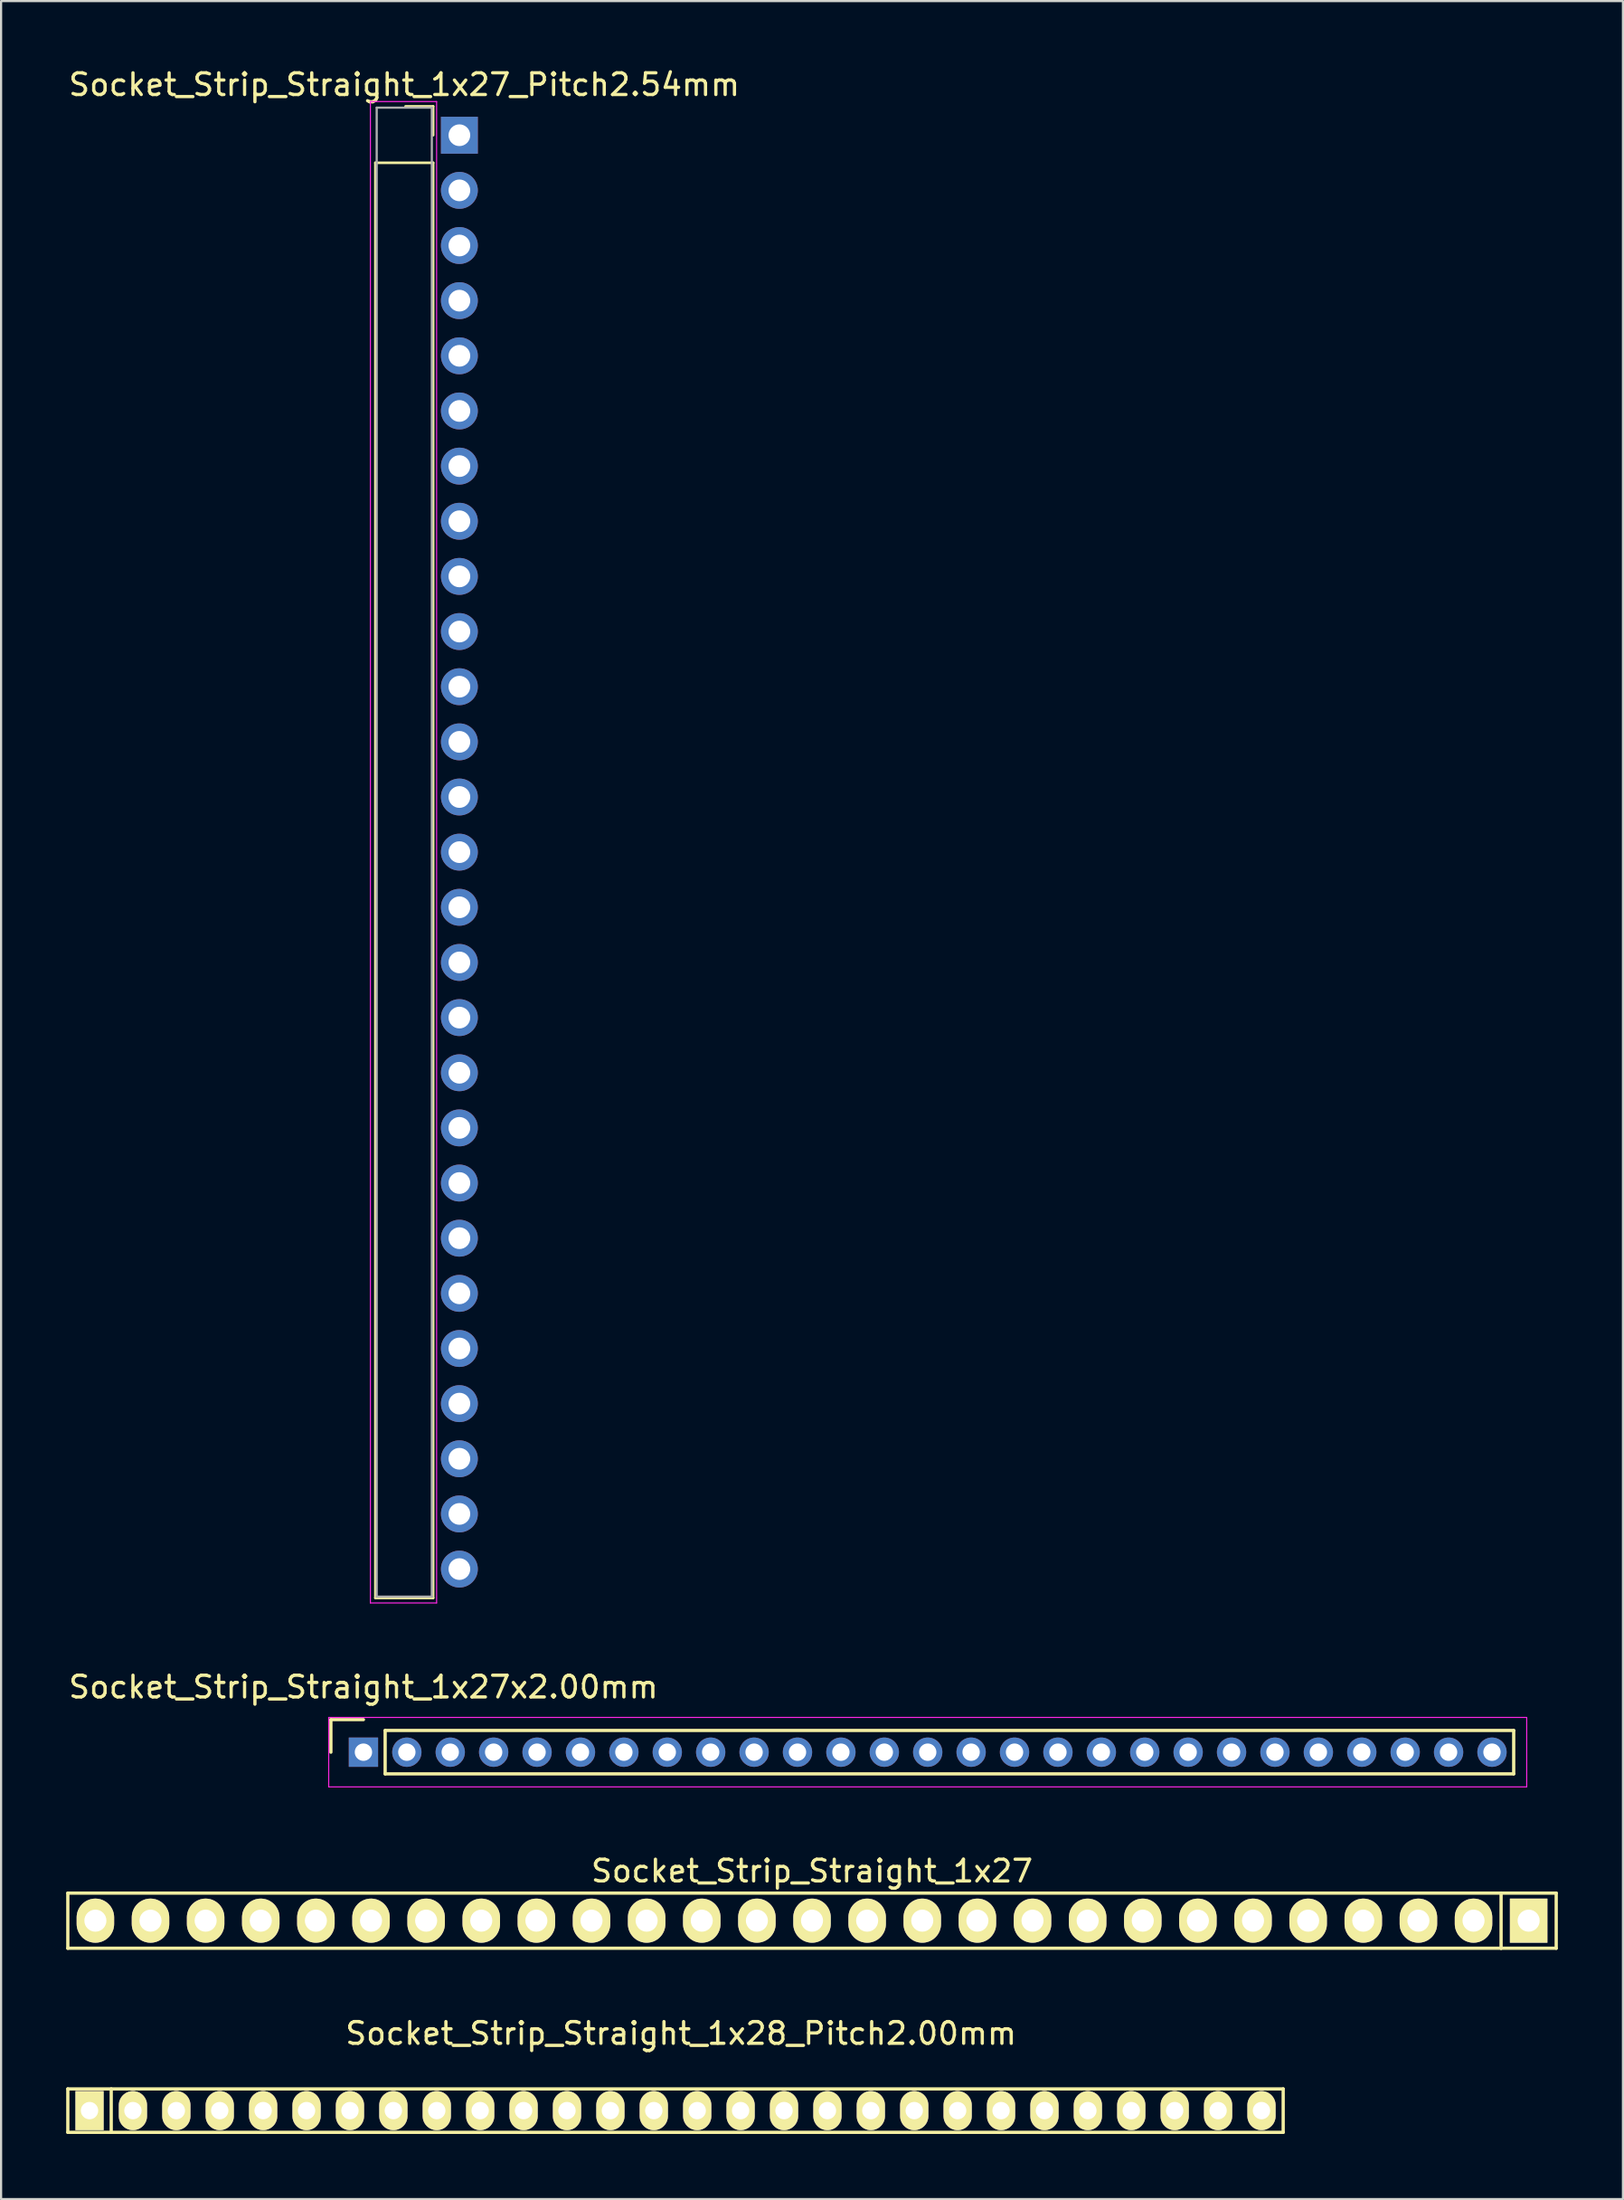
<source format=kicad_pcb>
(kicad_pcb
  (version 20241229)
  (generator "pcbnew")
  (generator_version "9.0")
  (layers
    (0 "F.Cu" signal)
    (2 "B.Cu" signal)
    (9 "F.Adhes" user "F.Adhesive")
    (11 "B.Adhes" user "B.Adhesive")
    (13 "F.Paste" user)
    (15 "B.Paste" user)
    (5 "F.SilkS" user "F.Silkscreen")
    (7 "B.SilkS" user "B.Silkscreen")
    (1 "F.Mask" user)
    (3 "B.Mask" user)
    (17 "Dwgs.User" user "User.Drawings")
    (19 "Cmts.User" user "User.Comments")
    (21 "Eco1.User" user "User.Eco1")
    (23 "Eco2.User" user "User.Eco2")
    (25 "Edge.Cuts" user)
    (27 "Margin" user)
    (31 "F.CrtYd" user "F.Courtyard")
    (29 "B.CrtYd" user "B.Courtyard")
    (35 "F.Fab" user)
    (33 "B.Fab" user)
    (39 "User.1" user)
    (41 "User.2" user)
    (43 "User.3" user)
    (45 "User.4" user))
  (footprint "Socket_Strip_Straight_1x27x2.00mm"
    (layer "F.Cu")
    (at 13.696 77.651)
    (property "Reference" "Socket_Strip_Straight_1x27x2.00mm" (at 0 -3 0) (layer "F.SilkS") (effects (font (size 1 1) (thickness 0.15))))
    (attr through_hole)
    (fp_line (start -1.5 -1.5) (end -1.5 0) (stroke (width 0.15) (type solid)) (layer "F.SilkS"))
    (fp_line (start 0 -1.5) (end -1.5 -1.5) (stroke (width 0.15) (type solid)) (layer "F.SilkS"))
    (fp_line (start 1 -1) (end 1 1) (stroke (width 0.15) (type solid)) (layer "F.SilkS"))
    (fp_line (start 1 1) (end 53 1) (stroke (width 0.15) (type solid)) (layer "F.SilkS"))
    (fp_line (start 53 -1) (end 1 -1) (stroke (width 0.15) (type solid)) (layer "F.SilkS"))
    (fp_line (start 53 1) (end 53 -1) (stroke (width 0.15) (type solid)) (layer "F.SilkS"))
    (fp_line (start -1.6 -1.6) (end -1.6 1.6) (stroke (width 0.05) (type solid)) (layer "F.CrtYd"))
    (fp_line (start -1.6 1.6) (end 53.6 1.6) (stroke (width 0.05) (type solid)) (layer "F.CrtYd"))
    (fp_line (start 53.6 -1.6) (end -1.6 -1.6) (stroke (width 0.05) (type solid)) (layer "F.CrtYd"))
    (fp_line (start 53.6 1.6) (end 53.6 -1.6) (stroke (width 0.05) (type solid)) (layer "F.CrtYd"))
    (pad "1" thru_hole rect (at 0 0) (size 1.35 1.35) (drill 0.8) (layers "*.Cu" "*.Mask"))
    (pad "2" thru_hole circle (at 2 0) (size 1.35 1.35) (drill 0.8) (layers "*.Cu" "*.Mask"))
    (pad "3" thru_hole circle (at 4 0) (size 1.35 1.35) (drill 0.8) (layers "*.Cu" "*.Mask"))
    (pad "4" thru_hole circle (at 6 0) (size 1.35 1.35) (drill 0.8) (layers "*.Cu" "*.Mask"))
    (pad "5" thru_hole circle (at 8 0) (size 1.35 1.35) (drill 0.8) (layers "*.Cu" "*.Mask"))
    (pad "6" thru_hole circle (at 10 0) (size 1.35 1.35) (drill 0.8) (layers "*.Cu" "*.Mask"))
    (pad "7" thru_hole circle (at 12 0) (size 1.35 1.35) (drill 0.8) (layers "*.Cu" "*.Mask"))
    (pad "8" thru_hole circle (at 14 0) (size 1.35 1.35) (drill 0.8) (layers "*.Cu" "*.Mask"))
    (pad "9" thru_hole circle (at 16 0) (size 1.35 1.35) (drill 0.8) (layers "*.Cu" "*.Mask"))
    (pad "10" thru_hole circle (at 18 0) (size 1.35 1.35) (drill 0.8) (layers "*.Cu" "*.Mask"))
    (pad "11" thru_hole circle (at 20 0) (size 1.35 1.35) (drill 0.8) (layers "*.Cu" "*.Mask"))
    (pad "12" thru_hole circle (at 22 0) (size 1.35 1.35) (drill 0.8) (layers "*.Cu" "*.Mask"))
    (pad "13" thru_hole circle (at 24 0) (size 1.35 1.35) (drill 0.8) (layers "*.Cu" "*.Mask"))
    (pad "14" thru_hole circle (at 26 0) (size 1.35 1.35) (drill 0.8) (layers "*.Cu" "*.Mask"))
    (pad "15" thru_hole circle (at 28 0) (size 1.35 1.35) (drill 0.8) (layers "*.Cu" "*.Mask"))
    (pad "16" thru_hole circle (at 30 0) (size 1.35 1.35) (drill 0.8) (layers "*.Cu" "*.Mask"))
    (pad "17" thru_hole circle (at 32 0) (size 1.35 1.35) (drill 0.8) (layers "*.Cu" "*.Mask"))
    (pad "18" thru_hole circle (at 34 0) (size 1.35 1.35) (drill 0.8) (layers "*.Cu" "*.Mask"))
    (pad "19" thru_hole circle (at 36 0) (size 1.35 1.35) (drill 0.8) (layers "*.Cu" "*.Mask"))
    (pad "20" thru_hole circle (at 38 0) (size 1.35 1.35) (drill 0.8) (layers "*.Cu" "*.Mask"))
    (pad "21" thru_hole circle (at 40 0) (size 1.35 1.35) (drill 0.8) (layers "*.Cu" "*.Mask"))
    (pad "22" thru_hole circle (at 42 0) (size 1.35 1.35) (drill 0.8) (layers "*.Cu" "*.Mask"))
    (pad "23" thru_hole circle (at 44 0) (size 1.35 1.35) (drill 0.8) (layers "*.Cu" "*.Mask"))
    (pad "24" thru_hole circle (at 46 0) (size 1.35 1.35) (drill 0.8) (layers "*.Cu" "*.Mask"))
    (pad "25" thru_hole circle (at 48 0) (size 1.35 1.35) (drill 0.8) (layers "*.Cu" "*.Mask"))
    (pad "26" thru_hole circle (at 50 0) (size 1.35 1.35) (drill 0.8) (layers "*.Cu" "*.Mask"))
    (pad "27" thru_hole circle (at 52 0) (size 1.35 1.35) (drill 0.8) (layers "*.Cu" "*.Mask")))
  (footprint "Socket_Strip_Straight_1x28_Pitch2.00mm"
    (layer "F.Cu")
    (at 28.075 94.16)
    (property "Reference" "Socket_Strip_Straight_1x28_Pitch2.00mm" (at 0.254 -3.556 0) (layer "F.SilkS") (effects (font (size 1 1) (thickness 0.15))))
    (attr through_hole)
    (fp_line (start -28 -1) (end 28 -1) (stroke (width 0.15) (type solid)) (layer "F.SilkS"))
    (fp_line (start -28 1) (end -28 -1) (stroke (width 0.15) (type solid)) (layer "F.SilkS"))
    (fp_line (start -26 -1) (end -26 1) (stroke (width 0.15) (type solid)) (layer "F.SilkS"))
    (fp_line (start 28 -1) (end 28 1) (stroke (width 0.15) (type solid)) (layer "F.SilkS"))
    (fp_line (start 28 1) (end -28 1) (stroke (width 0.15) (type solid)) (layer "F.SilkS"))
    (pad "1" thru_hole rect (at -27 0) (size 1.3 1.8) (drill 0.8) (layers "*.Cu" "*.Mask" "F.SilkS"))
    (pad "2" thru_hole oval (at -25 0) (size 1.3 1.8) (drill 0.8) (layers "*.Cu" "*.Mask" "F.SilkS"))
    (pad "3" thru_hole oval (at -23 0) (size 1.3 1.8) (drill 0.8) (layers "*.Cu" "*.Mask" "F.SilkS"))
    (pad "4" thru_hole oval (at -21 0) (size 1.3 1.8) (drill 0.8) (layers "*.Cu" "*.Mask" "F.SilkS"))
    (pad "5" thru_hole oval (at -19 0) (size 1.3 1.8) (drill 0.8) (layers "*.Cu" "*.Mask" "F.SilkS"))
    (pad "6" thru_hole oval (at -17 0) (size 1.3 1.8) (drill 0.8) (layers "*.Cu" "*.Mask" "F.SilkS"))
    (pad "7" thru_hole oval (at -15 0) (size 1.3 1.8) (drill 0.8) (layers "*.Cu" "*.Mask" "F.SilkS"))
    (pad "8" thru_hole oval (at -13 0) (size 1.3 1.8) (drill 0.8) (layers "*.Cu" "*.Mask" "F.SilkS"))
    (pad "9" thru_hole oval (at -11 0) (size 1.3 1.8) (drill 0.8) (layers "*.Cu" "*.Mask" "F.SilkS"))
    (pad "10" thru_hole oval (at -9 0) (size 1.3 1.8) (drill 0.8) (layers "*.Cu" "*.Mask" "F.SilkS"))
    (pad "11" thru_hole oval (at -7 0) (size 1.3 1.8) (drill 0.8) (layers "*.Cu" "*.Mask" "F.SilkS"))
    (pad "12" thru_hole oval (at -5 0) (size 1.3 1.8) (drill 0.8) (layers "*.Cu" "*.Mask" "F.SilkS"))
    (pad "13" thru_hole oval (at -3 0) (size 1.3 1.8) (drill 0.8) (layers "*.Cu" "*.Mask" "F.SilkS"))
    (pad "14" thru_hole oval (at -1 0) (size 1.3 1.8) (drill 0.8) (layers "*.Cu" "*.Mask" "F.SilkS"))
    (pad "15" thru_hole oval (at 1 0) (size 1.3 1.8) (drill 0.8) (layers "*.Cu" "*.Mask" "F.SilkS"))
    (pad "16" thru_hole oval (at 3 0) (size 1.3 1.8) (drill 0.8) (layers "*.Cu" "*.Mask" "F.SilkS"))
    (pad "17" thru_hole oval (at 5 0) (size 1.3 1.8) (drill 0.8) (layers "*.Cu" "*.Mask" "F.SilkS"))
    (pad "18" thru_hole oval (at 7 0) (size 1.3 1.8) (drill 0.8) (layers "*.Cu" "*.Mask" "F.SilkS"))
    (pad "19" thru_hole oval (at 9 0) (size 1.3 1.8) (drill 0.8) (layers "*.Cu" "*.Mask" "F.SilkS"))
    (pad "20" thru_hole oval (at 11 0) (size 1.3 1.8) (drill 0.8) (layers "*.Cu" "*.Mask" "F.SilkS"))
    (pad "21" thru_hole oval (at 13 0) (size 1.3 1.8) (drill 0.8) (layers "*.Cu" "*.Mask" "F.SilkS"))
    (pad "22" thru_hole oval (at 15 0) (size 1.3 1.8) (drill 0.8) (layers "*.Cu" "*.Mask" "F.SilkS"))
    (pad "23" thru_hole oval (at 17 0) (size 1.3 1.8) (drill 0.8) (layers "*.Cu" "*.Mask" "F.SilkS"))
    (pad "24" thru_hole oval (at 19 0) (size 1.3 1.8) (drill 0.8) (layers "*.Cu" "*.Mask" "F.SilkS"))
    (pad "25" thru_hole oval (at 21 0) (size 1.3 1.8) (drill 0.8) (layers "*.Cu" "*.Mask" "F.SilkS"))
    (pad "26" thru_hole oval (at 23 0) (size 1.3 1.8) (drill 0.8) (layers "*.Cu" "*.Mask" "F.SilkS"))
    (pad "27" thru_hole oval (at 25 0) (size 1.3 1.8) (drill 0.8) (layers "*.Cu" "*.Mask" "F.SilkS"))
    (pad "28" thru_hole oval (at 27 0) (size 1.3 1.8) (drill 0.8) (layers "*.Cu" "*.Mask" "F.SilkS")))
  (footprint "Socket_Strip_Straight_1x27_Pitch2.54mm"
    (layer "F.Cu")
    (at 18.117 3.178)
    (property "Reference" "Socket_Strip_Straight_1x27_Pitch2.54mm" (at -2.54 -2.33 0) (layer "F.SilkS") (effects (font (size 1 1) (thickness 0.15))))
    (attr through_hole)
    (fp_line (start -3.87 1.27) (end -3.87 67.37) (stroke (width 0.12) (type solid)) (layer "F.SilkS"))
    (fp_line (start -3.87 67.37) (end -1.21 67.37) (stroke (width 0.12) (type solid)) (layer "F.SilkS"))
    (fp_line (start -1.21 -1.33) (end -2.48 -1.33) (stroke (width 0.12) (type solid)) (layer "F.SilkS"))
    (fp_line (start -1.21 0) (end -1.21 -1.33) (stroke (width 0.12) (type solid)) (layer "F.SilkS"))
    (fp_line (start -1.21 1.27) (end -3.87 1.27) (stroke (width 0.12) (type solid)) (layer "F.SilkS"))
    (fp_line (start -1.21 67.37) (end -1.21 1.27) (stroke (width 0.12) (type solid)) (layer "F.SilkS"))
    (fp_line (start -4.1 -1.55) (end -4.1 67.6) (stroke (width 0.05) (type solid)) (layer "F.CrtYd"))
    (fp_line (start -4.1 67.6) (end -1.05 67.6) (stroke (width 0.05) (type solid)) (layer "F.CrtYd"))
    (fp_line (start -1.05 -1.55) (end -4.1 -1.55) (stroke (width 0.05) (type solid)) (layer "F.CrtYd"))
    (fp_line (start -1.05 67.6) (end -1.05 -1.55) (stroke (width 0.05) (type solid)) (layer "F.CrtYd"))
    (fp_line (start -3.81 -1.27) (end -3.81 67.31) (stroke (width 0.1) (type solid)) (layer "F.Fab"))
    (fp_line (start -3.81 67.31) (end -1.27 67.31) (stroke (width 0.1) (type solid)) (layer "F.Fab"))
    (fp_line (start -1.27 -1.27) (end -3.81 -1.27) (stroke (width 0.1) (type solid)) (layer "F.Fab"))
    (fp_line (start -1.27 67.31) (end -1.27 -1.27) (stroke (width 0.1) (type solid)) (layer "F.Fab"))
    (pad "1" thru_hole rect (at 0 0) (size 1.7 1.7) (drill 1) (layers "*.Cu" "*.Mask"))
    (pad "2" thru_hole oval (at 0 2.54) (size 1.7 1.7) (drill 1) (layers "*.Cu" "*.Mask"))
    (pad "3" thru_hole oval (at 0 5.08) (size 1.7 1.7) (drill 1) (layers "*.Cu" "*.Mask"))
    (pad "4" thru_hole oval (at 0 7.62) (size 1.7 1.7) (drill 1) (layers "*.Cu" "*.Mask"))
    (pad "5" thru_hole oval (at 0 10.16) (size 1.7 1.7) (drill 1) (layers "*.Cu" "*.Mask"))
    (pad "6" thru_hole oval (at 0 12.7) (size 1.7 1.7) (drill 1) (layers "*.Cu" "*.Mask"))
    (pad "7" thru_hole oval (at 0 15.24) (size 1.7 1.7) (drill 1) (layers "*.Cu" "*.Mask"))
    (pad "8" thru_hole oval (at 0 17.78) (size 1.7 1.7) (drill 1) (layers "*.Cu" "*.Mask"))
    (pad "9" thru_hole oval (at 0 20.32) (size 1.7 1.7) (drill 1) (layers "*.Cu" "*.Mask"))
    (pad "10" thru_hole oval (at 0 22.86) (size 1.7 1.7) (drill 1) (layers "*.Cu" "*.Mask"))
    (pad "11" thru_hole oval (at 0 25.4) (size 1.7 1.7) (drill 1) (layers "*.Cu" "*.Mask"))
    (pad "12" thru_hole oval (at 0 27.94) (size 1.7 1.7) (drill 1) (layers "*.Cu" "*.Mask"))
    (pad "13" thru_hole oval (at 0 30.48) (size 1.7 1.7) (drill 1) (layers "*.Cu" "*.Mask"))
    (pad "14" thru_hole oval (at 0 33.02) (size 1.7 1.7) (drill 1) (layers "*.Cu" "*.Mask"))
    (pad "15" thru_hole oval (at 0 35.56) (size 1.7 1.7) (drill 1) (layers "*.Cu" "*.Mask"))
    (pad "16" thru_hole oval (at 0 38.1) (size 1.7 1.7) (drill 1) (layers "*.Cu" "*.Mask"))
    (pad "17" thru_hole oval (at 0 40.64) (size 1.7 1.7) (drill 1) (layers "*.Cu" "*.Mask"))
    (pad "18" thru_hole oval (at 0 43.18) (size 1.7 1.7) (drill 1) (layers "*.Cu" "*.Mask"))
    (pad "19" thru_hole oval (at 0 45.72) (size 1.7 1.7) (drill 1) (layers "*.Cu" "*.Mask"))
    (pad "20" thru_hole oval (at 0 48.26) (size 1.7 1.7) (drill 1) (layers "*.Cu" "*.Mask"))
    (pad "21" thru_hole oval (at 0 50.8) (size 1.7 1.7) (drill 1) (layers "*.Cu" "*.Mask"))
    (pad "22" thru_hole oval (at 0 53.34) (size 1.7 1.7) (drill 1) (layers "*.Cu" "*.Mask"))
    (pad "23" thru_hole oval (at 0 55.88) (size 1.7 1.7) (drill 1) (layers "*.Cu" "*.Mask"))
    (pad "24" thru_hole oval (at 0 58.42) (size 1.7 1.7) (drill 1) (layers "*.Cu" "*.Mask"))
    (pad "25" thru_hole oval (at 0 60.96) (size 1.7 1.7) (drill 1) (layers "*.Cu" "*.Mask"))
    (pad "26" thru_hole oval (at 0 63.5) (size 1.7 1.7) (drill 1) (layers "*.Cu" "*.Mask"))
    (pad "27" thru_hole oval (at 0 66.04) (size 1.7 1.7) (drill 1) (layers "*.Cu" "*.Mask")))
  (footprint "Socket_Strip_Straight_1x27"
    (layer "F.Cu")
    (at 34.365 85.411)
    (property "Reference" "Socket_Strip_Straight_1x27" (at 0 -2.286 0) (layer "F.SilkS") (effects (font (size 1 1) (thickness 0.15))))
    (attr through_hole)
    (fp_line (start -34.29 -1.27) (end 31.75 -1.27) (stroke (width 0.15) (type solid)) (layer "F.SilkS"))
    (fp_line (start -34.29 1.27) (end -34.29 -1.27) (stroke (width 0.15) (type solid)) (layer "F.SilkS"))
    (fp_line (start 31.75 -1.27) (end 31.75 1.27) (stroke (width 0.15) (type solid)) (layer "F.SilkS"))
    (fp_line (start 31.75 1.27) (end -34.29 1.27) (stroke (width 0.15) (type solid)) (layer "F.SilkS"))
    (fp_line (start 34.29 -1.27) (end 31.75 -1.27) (stroke (width 0.15) (type solid)) (layer "F.SilkS"))
    (fp_line (start 34.29 -1.27) (end 34.29 1.27) (stroke (width 0.15) (type solid)) (layer "F.SilkS"))
    (fp_line (start 34.29 1.27) (end 31.75 1.27) (stroke (width 0.15) (type solid)) (layer "F.SilkS"))
    (pad "1" thru_hole rect (at 33.02 0 180) (size 1.727 2.032) (drill 1.016) (layers "*.Cu" "*.Mask" "F.SilkS"))
    (pad "2" thru_hole oval (at 30.48 0 180) (size 1.727 2.032) (drill 1.016) (layers "*.Cu" "*.Mask" "F.SilkS"))
    (pad "3" thru_hole oval (at 27.94 0 180) (size 1.727 2.032) (drill 1.016) (layers "*.Cu" "*.Mask" "F.SilkS"))
    (pad "4" thru_hole oval (at 25.4 0 180) (size 1.727 2.032) (drill 1.016) (layers "*.Cu" "*.Mask" "F.SilkS"))
    (pad "5" thru_hole oval (at 22.86 0 180) (size 1.727 2.032) (drill 1.016) (layers "*.Cu" "*.Mask" "F.SilkS"))
    (pad "6" thru_hole oval (at 20.32 0 180) (size 1.727 2.032) (drill 1.016) (layers "*.Cu" "*.Mask" "F.SilkS"))
    (pad "7" thru_hole oval (at 17.78 0 180) (size 1.727 2.032) (drill 1.016) (layers "*.Cu" "*.Mask" "F.SilkS"))
    (pad "8" thru_hole oval (at 15.24 0 180) (size 1.727 2.032) (drill 1.016) (layers "*.Cu" "*.Mask" "F.SilkS"))
    (pad "9" thru_hole oval (at 12.7 0 180) (size 1.727 2.032) (drill 1.016) (layers "*.Cu" "*.Mask" "F.SilkS"))
    (pad "10" thru_hole oval (at 10.16 0 180) (size 1.727 2.032) (drill 1.016) (layers "*.Cu" "*.Mask" "F.SilkS"))
    (pad "11" thru_hole oval (at 7.62 0 180) (size 1.727 2.032) (drill 1.016) (layers "*.Cu" "*.Mask" "F.SilkS"))
    (pad "12" thru_hole oval (at 5.08 0 180) (size 1.727 2.032) (drill 1.016) (layers "*.Cu" "*.Mask" "F.SilkS"))
    (pad "13" thru_hole oval (at 2.54 0 180) (size 1.727 2.032) (drill 1.016) (layers "*.Cu" "*.Mask" "F.SilkS"))
    (pad "14" thru_hole oval (at 0 0 180) (size 1.727 2.032) (drill 1.016) (layers "*.Cu" "*.Mask" "F.SilkS"))
    (pad "15" thru_hole oval (at -2.54 0 180) (size 1.727 2.032) (drill 1.016) (layers "*.Cu" "*.Mask" "F.SilkS"))
    (pad "16" thru_hole oval (at -5.08 0 180) (size 1.727 2.032) (drill 1.016) (layers "*.Cu" "*.Mask" "F.SilkS"))
    (pad "17" thru_hole oval (at -7.62 0 180) (size 1.727 2.032) (drill 1.016) (layers "*.Cu" "*.Mask" "F.SilkS"))
    (pad "18" thru_hole oval (at -10.16 0 180) (size 1.727 2.032) (drill 1.016) (layers "*.Cu" "*.Mask" "F.SilkS"))
    (pad "19" thru_hole oval (at -12.7 0 180) (size 1.727 2.032) (drill 1.016) (layers "*.Cu" "*.Mask" "F.SilkS"))
    (pad "20" thru_hole oval (at -15.24 0 180) (size 1.727 2.032) (drill 1.016) (layers "*.Cu" "*.Mask" "F.SilkS"))
    (pad "21" thru_hole oval (at -17.78 0 180) (size 1.727 2.032) (drill 1.016) (layers "*.Cu" "*.Mask" "F.SilkS"))
    (pad "22" thru_hole oval (at -20.32 0 180) (size 1.727 2.032) (drill 1.016) (layers "*.Cu" "*.Mask" "F.SilkS"))
    (pad "23" thru_hole oval (at -22.86 0 180) (size 1.727 2.032) (drill 1.016) (layers "*.Cu" "*.Mask" "F.SilkS"))
    (pad "24" thru_hole oval (at -25.4 0 180) (size 1.727 2.032) (drill 1.016) (layers "*.Cu" "*.Mask" "F.SilkS"))
    (pad "25" thru_hole oval (at -27.94 0 180) (size 1.727 2.032) (drill 1.016) (layers "*.Cu" "*.Mask" "F.SilkS"))
    (pad "26" thru_hole oval (at -30.48 0 180) (size 1.727 2.032) (drill 1.016) (layers "*.Cu" "*.Mask" "F.SilkS"))
    (pad "27" thru_hole oval (at -33.02 0 180) (size 1.727 2.032) (drill 1.016) (layers "*.Cu" "*.Mask" "F.SilkS")))
  (gr_rect
    (start -3 -3)
    (end 71.73 98.235)
    (stroke (width 0.1) (type default))
    (fill no)
    (layer "Edge.Cuts")))
</source>
